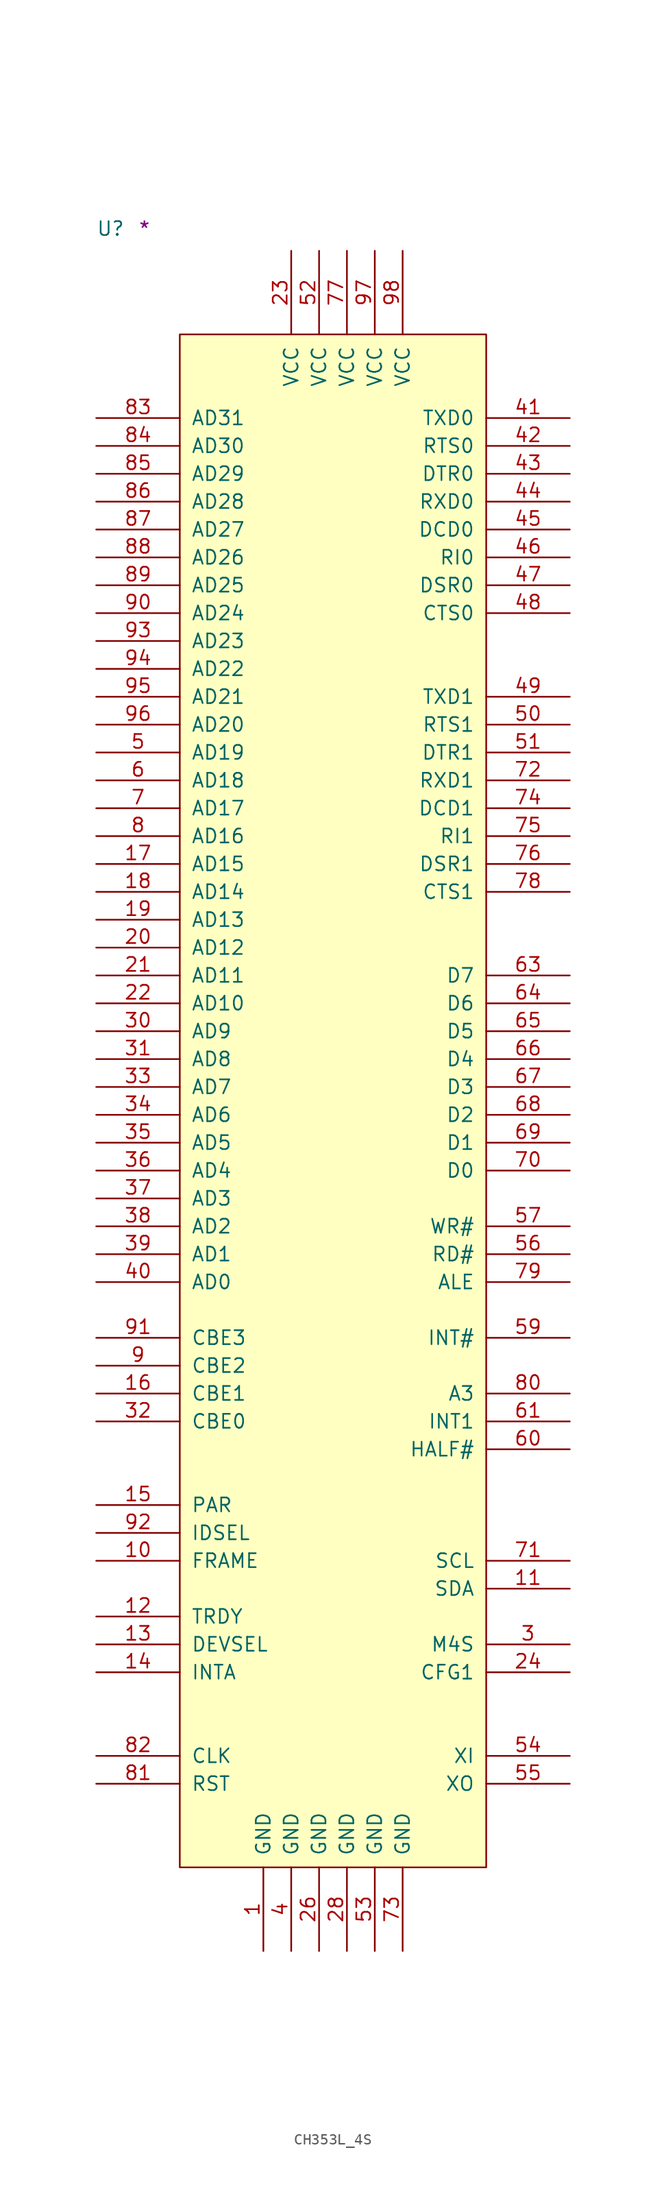
<source format=kicad_sym>
(kicad_symbol_lib
  (version 20211014)
  (generator kicad_symbol_editor)
  (symbol "CH353L_4S"
    (pin_names
      (offset 1.016))
    (property "Reference" "U"
      (at -7.62 8.89 0)
      (effects (font (size 1.27 1.27)) (justify left bottom)))
    (property "Comment" "*"
      (at -3.81 8.89 0)
      (effects (font (size 1.27 1.27)) (justify left bottom)))
    (symbol "CH353L_4S_1_1"
      (rectangle (start 0 -139.7) (end 27.94 0) (stroke (width 0) (type default) (color 0 0 0 0)) (fill (type background)))
      (pin power_in line (at 7.62 -147.32 90) (length 7.62) (name "GND" (effects (font (size 1.27 1.27)))) (number "1" (effects (font (size 1.27 1.27)))))
      (pin input line (at -7.62 -111.76 0) (length 7.62) (name "FRAME" (effects (font (size 1.27 1.27)))) (number "10" (effects (font (size 1.27 1.27)))))
      (pin bidirectional line (at 35.56 -114.3 180) (length 7.62) (name "SDA" (effects (font (size 1.27 1.27)))) (number "11" (effects (font (size 1.27 1.27)))))
      (pin tri_state line (at -7.62 -116.84 0) (length 7.62) (name "TRDY" (effects (font (size 1.27 1.27)))) (number "12" (effects (font (size 1.27 1.27)))))
      (pin tri_state line (at -7.62 -119.38 0) (length 7.62) (name "DEVSEL" (effects (font (size 1.27 1.27)))) (number "13" (effects (font (size 1.27 1.27)))))
      (pin tri_state line (at -7.62 -121.92 0) (length 7.62) (name "INTA" (effects (font (size 1.27 1.27)))) (number "14" (effects (font (size 1.27 1.27)))))
      (pin tri_state line (at -7.62 -106.68 0) (length 7.62) (name "PAR" (effects (font (size 1.27 1.27)))) (number "15" (effects (font (size 1.27 1.27)))))
      (pin input line (at -7.62 -96.52 0) (length 7.62) (name "CBE1" (effects (font (size 1.27 1.27)))) (number "16" (effects (font (size 1.27 1.27)))))
      (pin bidirectional line (at -7.62 -48.26 0) (length 7.62) (name "AD15" (effects (font (size 1.27 1.27)))) (number "17" (effects (font (size 1.27 1.27)))))
      (pin bidirectional line (at -7.62 -50.8 0) (length 7.62) (name "AD14" (effects (font (size 1.27 1.27)))) (number "18" (effects (font (size 1.27 1.27)))))
      (pin bidirectional line (at -7.62 -53.34 0) (length 7.62) (name "AD13" (effects (font (size 1.27 1.27)))) (number "19" (effects (font (size 1.27 1.27)))))
      (pin bidirectional line (at -7.62 -55.88 0) (length 7.62) (name "AD12" (effects (font (size 1.27 1.27)))) (number "20" (effects (font (size 1.27 1.27)))))
      (pin bidirectional line (at -7.62 -58.42 0) (length 7.62) (name "AD11" (effects (font (size 1.27 1.27)))) (number "21" (effects (font (size 1.27 1.27)))))
      (pin bidirectional line (at -7.62 -60.96 0) (length 7.62) (name "AD10" (effects (font (size 1.27 1.27)))) (number "22" (effects (font (size 1.27 1.27)))))
      (pin power_in line (at 10.16 7.62 270) (length 7.62) (name "VCC" (effects (font (size 1.27 1.27)))) (number "23" (effects (font (size 1.27 1.27)))))
      (pin input line (at 35.56 -121.92 180) (length 7.62) (name "CFG1" (effects (font (size 1.27 1.27)))) (number "24" (effects (font (size 1.27 1.27)))))
      (pin power_in line (at 12.7 -147.32 90) (length 7.62) (name "GND" (effects (font (size 1.27 1.27)))) (number "26" (effects (font (size 1.27 1.27)))))
      (pin power_in line (at 15.24 -147.32 90) (length 7.62) (name "GND" (effects (font (size 1.27 1.27)))) (number "28" (effects (font (size 1.27 1.27)))))
      (pin input line (at 35.56 -119.38 180) (length 7.62) (name "M4S" (effects (font (size 1.27 1.27)))) (number "3" (effects (font (size 1.27 1.27)))))
      (pin bidirectional line (at -7.62 -63.5 0) (length 7.62) (name "AD9" (effects (font (size 1.27 1.27)))) (number "30" (effects (font (size 1.27 1.27)))))
      (pin bidirectional line (at -7.62 -66.04 0) (length 7.62) (name "AD8" (effects (font (size 1.27 1.27)))) (number "31" (effects (font (size 1.27 1.27)))))
      (pin input line (at -7.62 -99.06 0) (length 7.62) (name "CBE0" (effects (font (size 1.27 1.27)))) (number "32" (effects (font (size 1.27 1.27)))))
      (pin bidirectional line (at -7.62 -68.58 0) (length 7.62) (name "AD7" (effects (font (size 1.27 1.27)))) (number "33" (effects (font (size 1.27 1.27)))))
      (pin bidirectional line (at -7.62 -71.12 0) (length 7.62) (name "AD6" (effects (font (size 1.27 1.27)))) (number "34" (effects (font (size 1.27 1.27)))))
      (pin bidirectional line (at -7.62 -73.66 0) (length 7.62) (name "AD5" (effects (font (size 1.27 1.27)))) (number "35" (effects (font (size 1.27 1.27)))))
      (pin bidirectional line (at -7.62 -76.2 0) (length 7.62) (name "AD4" (effects (font (size 1.27 1.27)))) (number "36" (effects (font (size 1.27 1.27)))))
      (pin bidirectional line (at -7.62 -78.74 0) (length 7.62) (name "AD3" (effects (font (size 1.27 1.27)))) (number "37" (effects (font (size 1.27 1.27)))))
      (pin bidirectional line (at -7.62 -81.28 0) (length 7.62) (name "AD2" (effects (font (size 1.27 1.27)))) (number "38" (effects (font (size 1.27 1.27)))))
      (pin bidirectional line (at -7.62 -83.82 0) (length 7.62) (name "AD1" (effects (font (size 1.27 1.27)))) (number "39" (effects (font (size 1.27 1.27)))))
      (pin power_in line (at 10.16 -147.32 90) (length 7.62) (name "GND" (effects (font (size 1.27 1.27)))) (number "4" (effects (font (size 1.27 1.27)))))
      (pin bidirectional line (at -7.62 -86.36 0) (length 7.62) (name "AD0" (effects (font (size 1.27 1.27)))) (number "40" (effects (font (size 1.27 1.27)))))
      (pin output line (at 35.56 -7.62 180) (length 7.62) (name "TXD0" (effects (font (size 1.27 1.27)))) (number "41" (effects (font (size 1.27 1.27)))))
      (pin output line (at 35.56 -10.16 180) (length 7.62) (name "RTS0" (effects (font (size 1.27 1.27)))) (number "42" (effects (font (size 1.27 1.27)))))
      (pin output line (at 35.56 -12.7 180) (length 7.62) (name "DTR0" (effects (font (size 1.27 1.27)))) (number "43" (effects (font (size 1.27 1.27)))))
      (pin input line (at 35.56 -15.24 180) (length 7.62) (name "RXD0" (effects (font (size 1.27 1.27)))) (number "44" (effects (font (size 1.27 1.27)))))
      (pin input line (at 35.56 -17.78 180) (length 7.62) (name "DCD0" (effects (font (size 1.27 1.27)))) (number "45" (effects (font (size 1.27 1.27)))))
      (pin input line (at 35.56 -20.32 180) (length 7.62) (name "RI0" (effects (font (size 1.27 1.27)))) (number "46" (effects (font (size 1.27 1.27)))))
      (pin input line (at 35.56 -22.86 180) (length 7.62) (name "DSR0" (effects (font (size 1.27 1.27)))) (number "47" (effects (font (size 1.27 1.27)))))
      (pin input line (at 35.56 -25.4 180) (length 7.62) (name "CTS0" (effects (font (size 1.27 1.27)))) (number "48" (effects (font (size 1.27 1.27)))))
      (pin output line (at 35.56 -33.02 180) (length 7.62) (name "TXD1" (effects (font (size 1.27 1.27)))) (number "49" (effects (font (size 1.27 1.27)))))
      (pin bidirectional line (at -7.62 -38.1 0) (length 7.62) (name "AD19" (effects (font (size 1.27 1.27)))) (number "5" (effects (font (size 1.27 1.27)))))
      (pin output line (at 35.56 -35.56 180) (length 7.62) (name "RTS1" (effects (font (size 1.27 1.27)))) (number "50" (effects (font (size 1.27 1.27)))))
      (pin output line (at 35.56 -38.1 180) (length 7.62) (name "DTR1" (effects (font (size 1.27 1.27)))) (number "51" (effects (font (size 1.27 1.27)))))
      (pin power_in line (at 12.7 7.62 270) (length 7.62) (name "VCC" (effects (font (size 1.27 1.27)))) (number "52" (effects (font (size 1.27 1.27)))))
      (pin power_in line (at 17.78 -147.32 90) (length 7.62) (name "GND" (effects (font (size 1.27 1.27)))) (number "53" (effects (font (size 1.27 1.27)))))
      (pin input line (at 35.56 -129.54 180) (length 7.62) (name "XI" (effects (font (size 1.27 1.27)))) (number "54" (effects (font (size 1.27 1.27)))))
      (pin output line (at 35.56 -132.08 180) (length 7.62) (name "XO" (effects (font (size 1.27 1.27)))) (number "55" (effects (font (size 1.27 1.27)))))
      (pin output line (at 35.56 -83.82 180) (length 7.62) (name "RD#" (effects (font (size 1.27 1.27)))) (number "56" (effects (font (size 1.27 1.27)))))
      (pin output line (at 35.56 -81.28 180) (length 7.62) (name "WR#" (effects (font (size 1.27 1.27)))) (number "57" (effects (font (size 1.27 1.27)))))
      (pin input line (at 35.56 -91.44 180) (length 7.62) (name "INT#" (effects (font (size 1.27 1.27)))) (number "59" (effects (font (size 1.27 1.27)))))
      (pin bidirectional line (at -7.62 -40.64 0) (length 7.62) (name "AD18" (effects (font (size 1.27 1.27)))) (number "6" (effects (font (size 1.27 1.27)))))
      (pin input line (at 35.56 -101.6 180) (length 7.62) (name "HALF#" (effects (font (size 1.27 1.27)))) (number "60" (effects (font (size 1.27 1.27)))))
      (pin input line (at 35.56 -99.06 180) (length 7.62) (name "INT1" (effects (font (size 1.27 1.27)))) (number "61" (effects (font (size 1.27 1.27)))))
      (pin bidirectional line (at 35.56 -58.42 180) (length 7.62) (name "D7" (effects (font (size 1.27 1.27)))) (number "63" (effects (font (size 1.27 1.27)))))
      (pin bidirectional line (at 35.56 -60.96 180) (length 7.62) (name "D6" (effects (font (size 1.27 1.27)))) (number "64" (effects (font (size 1.27 1.27)))))
      (pin bidirectional line (at 35.56 -63.5 180) (length 7.62) (name "D5" (effects (font (size 1.27 1.27)))) (number "65" (effects (font (size 1.27 1.27)))))
      (pin bidirectional line (at 35.56 -66.04 180) (length 7.62) (name "D4" (effects (font (size 1.27 1.27)))) (number "66" (effects (font (size 1.27 1.27)))))
      (pin bidirectional line (at 35.56 -68.58 180) (length 7.62) (name "D3" (effects (font (size 1.27 1.27)))) (number "67" (effects (font (size 1.27 1.27)))))
      (pin bidirectional line (at 35.56 -71.12 180) (length 7.62) (name "D2" (effects (font (size 1.27 1.27)))) (number "68" (effects (font (size 1.27 1.27)))))
      (pin bidirectional line (at 35.56 -73.66 180) (length 7.62) (name "D1" (effects (font (size 1.27 1.27)))) (number "69" (effects (font (size 1.27 1.27)))))
      (pin bidirectional line (at -7.62 -43.18 0) (length 7.62) (name "AD17" (effects (font (size 1.27 1.27)))) (number "7" (effects (font (size 1.27 1.27)))))
      (pin bidirectional line (at 35.56 -76.2 180) (length 7.62) (name "D0" (effects (font (size 1.27 1.27)))) (number "70" (effects (font (size 1.27 1.27)))))
      (pin bidirectional line (at 35.56 -111.76 180) (length 7.62) (name "SCL" (effects (font (size 1.27 1.27)))) (number "71" (effects (font (size 1.27 1.27)))))
      (pin input line (at 35.56 -40.64 180) (length 7.62) (name "RXD1" (effects (font (size 1.27 1.27)))) (number "72" (effects (font (size 1.27 1.27)))))
      (pin power_in line (at 20.32 -147.32 90) (length 7.62) (name "GND" (effects (font (size 1.27 1.27)))) (number "73" (effects (font (size 1.27 1.27)))))
      (pin input line (at 35.56 -43.18 180) (length 7.62) (name "DCD1" (effects (font (size 1.27 1.27)))) (number "74" (effects (font (size 1.27 1.27)))))
      (pin input line (at 35.56 -45.72 180) (length 7.62) (name "RI1" (effects (font (size 1.27 1.27)))) (number "75" (effects (font (size 1.27 1.27)))))
      (pin input line (at 35.56 -48.26 180) (length 7.62) (name "DSR1" (effects (font (size 1.27 1.27)))) (number "76" (effects (font (size 1.27 1.27)))))
      (pin power_in line (at 15.24 7.62 270) (length 7.62) (name "VCC" (effects (font (size 1.27 1.27)))) (number "77" (effects (font (size 1.27 1.27)))))
      (pin input line (at 35.56 -50.8 180) (length 7.62) (name "CTS1" (effects (font (size 1.27 1.27)))) (number "78" (effects (font (size 1.27 1.27)))))
      (pin output line (at 35.56 -86.36 180) (length 7.62) (name "ALE" (effects (font (size 1.27 1.27)))) (number "79" (effects (font (size 1.27 1.27)))))
      (pin bidirectional line (at -7.62 -45.72 0) (length 7.62) (name "AD16" (effects (font (size 1.27 1.27)))) (number "8" (effects (font (size 1.27 1.27)))))
      (pin output line (at 35.56 -96.52 180) (length 7.62) (name "A3" (effects (font (size 1.27 1.27)))) (number "80" (effects (font (size 1.27 1.27)))))
      (pin input line (at -7.62 -132.08 0) (length 7.62) (name "RST" (effects (font (size 1.27 1.27)))) (number "81" (effects (font (size 1.27 1.27)))))
      (pin input line (at -7.62 -129.54 0) (length 7.62) (name "CLK" (effects (font (size 1.27 1.27)))) (number "82" (effects (font (size 1.27 1.27)))))
      (pin bidirectional line (at -7.62 -7.62 0) (length 7.62) (name "AD31" (effects (font (size 1.27 1.27)))) (number "83" (effects (font (size 1.27 1.27)))))
      (pin bidirectional line (at -7.62 -10.16 0) (length 7.62) (name "AD30" (effects (font (size 1.27 1.27)))) (number "84" (effects (font (size 1.27 1.27)))))
      (pin bidirectional line (at -7.62 -12.7 0) (length 7.62) (name "AD29" (effects (font (size 1.27 1.27)))) (number "85" (effects (font (size 1.27 1.27)))))
      (pin bidirectional line (at -7.62 -15.24 0) (length 7.62) (name "AD28" (effects (font (size 1.27 1.27)))) (number "86" (effects (font (size 1.27 1.27)))))
      (pin bidirectional line (at -7.62 -17.78 0) (length 7.62) (name "AD27" (effects (font (size 1.27 1.27)))) (number "87" (effects (font (size 1.27 1.27)))))
      (pin bidirectional line (at -7.62 -20.32 0) (length 7.62) (name "AD26" (effects (font (size 1.27 1.27)))) (number "88" (effects (font (size 1.27 1.27)))))
      (pin bidirectional line (at -7.62 -22.86 0) (length 7.62) (name "AD25" (effects (font (size 1.27 1.27)))) (number "89" (effects (font (size 1.27 1.27)))))
      (pin input line (at -7.62 -93.98 0) (length 7.62) (name "CBE2" (effects (font (size 1.27 1.27)))) (number "9" (effects (font (size 1.27 1.27)))))
      (pin bidirectional line (at -7.62 -25.4 0) (length 7.62) (name "AD24" (effects (font (size 1.27 1.27)))) (number "90" (effects (font (size 1.27 1.27)))))
      (pin input line (at -7.62 -91.44 0) (length 7.62) (name "CBE3" (effects (font (size 1.27 1.27)))) (number "91" (effects (font (size 1.27 1.27)))))
      (pin input line (at -7.62 -109.22 0) (length 7.62) (name "IDSEL" (effects (font (size 1.27 1.27)))) (number "92" (effects (font (size 1.27 1.27)))))
      (pin bidirectional line (at -7.62 -27.94 0) (length 7.62) (name "AD23" (effects (font (size 1.27 1.27)))) (number "93" (effects (font (size 1.27 1.27)))))
      (pin bidirectional line (at -7.62 -30.48 0) (length 7.62) (name "AD22" (effects (font (size 1.27 1.27)))) (number "94" (effects (font (size 1.27 1.27)))))
      (pin bidirectional line (at -7.62 -33.02 0) (length 7.62) (name "AD21" (effects (font (size 1.27 1.27)))) (number "95" (effects (font (size 1.27 1.27)))))
      (pin bidirectional line (at -7.62 -35.56 0) (length 7.62) (name "AD20" (effects (font (size 1.27 1.27)))) (number "96" (effects (font (size 1.27 1.27)))))
      (pin power_in line (at 17.78 7.62 270) (length 7.62) (name "VCC" (effects (font (size 1.27 1.27)))) (number "97" (effects (font (size 1.27 1.27)))))
      (pin power_in line (at 20.32 7.62 270) (length 7.62) (name "VCC" (effects (font (size 1.27 1.27)))) (number "98" (effects (font (size 1.27 1.27))))))))
</source>
